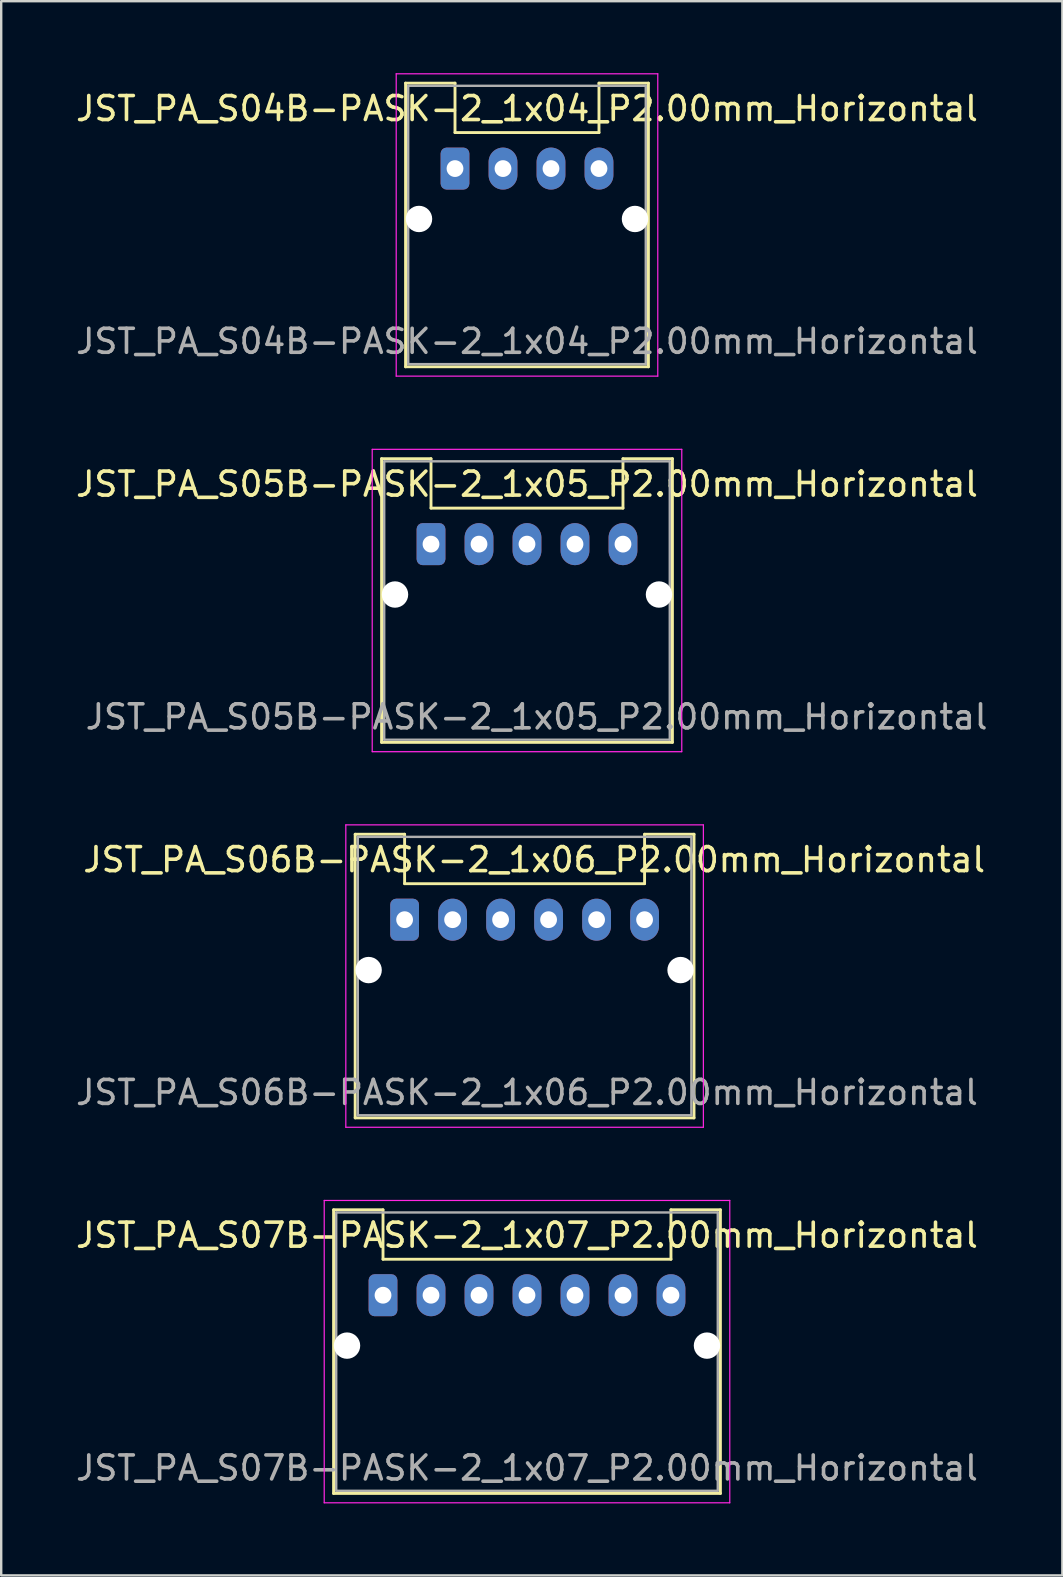
<source format=kicad_pcb>
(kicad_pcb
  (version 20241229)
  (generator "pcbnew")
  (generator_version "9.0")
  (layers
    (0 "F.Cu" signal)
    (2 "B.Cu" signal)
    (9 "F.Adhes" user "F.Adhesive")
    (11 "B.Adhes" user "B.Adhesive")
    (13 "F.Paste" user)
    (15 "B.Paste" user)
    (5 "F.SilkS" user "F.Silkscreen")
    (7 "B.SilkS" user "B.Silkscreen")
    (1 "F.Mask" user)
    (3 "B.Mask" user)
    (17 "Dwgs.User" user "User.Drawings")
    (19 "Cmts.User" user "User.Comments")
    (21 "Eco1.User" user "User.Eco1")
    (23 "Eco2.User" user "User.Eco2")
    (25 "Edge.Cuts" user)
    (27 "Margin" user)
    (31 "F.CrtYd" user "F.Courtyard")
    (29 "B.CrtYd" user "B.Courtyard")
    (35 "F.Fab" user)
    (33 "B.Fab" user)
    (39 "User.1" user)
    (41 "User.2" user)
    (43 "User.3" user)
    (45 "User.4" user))
  (footprint "JST_PA_S04B-PASK-2_1x04_P2.00mm_Horizontal"
    (layer "F.Cu")
    (at 15.911 3.975)
    (property "Reference" "JST_PA_S04B-PASK-2_1x04_P2.00mm_Horizontal" (at 3 -2.5 0) (layer "F.SilkS") (effects (font (size 1 1) (thickness 0.15))))
    (attr through_hole)
    (fp_line (start -2.06 -3.56) (end -2.06 8.26) (stroke (width 0.12) (type solid)) (layer "F.SilkS"))
    (fp_line (start -2.06 8.26) (end 8.06 8.26) (stroke (width 0.12) (type solid)) (layer "F.SilkS"))
    (fp_line (start 0 -3.56) (end -2.06 -3.56) (stroke (width 0.12) (type solid)) (layer "F.SilkS"))
    (fp_line (start 0 -1.5) (end 0 -3.56) (stroke (width 0.12) (type solid)) (layer "F.SilkS"))
    (fp_line (start 0 -1.5) (end 6 -1.5) (stroke (width 0.12) (type solid)) (layer "F.SilkS"))
    (fp_line (start 6 -3.56) (end 8.06 -3.56) (stroke (width 0.12) (type solid)) (layer "F.SilkS"))
    (fp_line (start 6 -1.5) (end 6 -3.56) (stroke (width 0.12) (type solid)) (layer "F.SilkS"))
    (fp_line (start 8.06 8.26) (end 8.06 -3.56) (stroke (width 0.12) (type solid)) (layer "F.SilkS"))
    (fp_line (start -2.45 -3.95) (end -2.45 8.65) (stroke (width 0.05) (type solid)) (layer "F.CrtYd"))
    (fp_line (start -2.45 8.65) (end 8.45 8.65) (stroke (width 0.05) (type solid)) (layer "F.CrtYd"))
    (fp_line (start 8.45 -3.95) (end -2.45 -3.95) (stroke (width 0.05) (type solid)) (layer "F.CrtYd"))
    (fp_line (start 8.45 8.65) (end 8.45 -3.95) (stroke (width 0.05) (type solid)) (layer "F.CrtYd"))
    (fp_line (start -1.95 -3.45) (end -1.95 8.15) (stroke (width 0.1) (type solid)) (layer "F.Fab"))
    (fp_line (start -1.95 8.15) (end 7.95 8.15) (stroke (width 0.1) (type solid)) (layer "F.Fab"))
    (fp_line (start 7.95 -3.45) (end -1.95 -3.45) (stroke (width 0.1) (type solid)) (layer "F.Fab"))
    (fp_line (start 7.95 8.15) (end 7.95 -3.45) (stroke (width 0.1) (type solid)) (layer "F.Fab"))
    (fp_text user "${REFERENCE}" (at 3 7.2 0) (layer "F.Fab") (effects (font (size 1 1) (thickness 0.15))))
    (pad "" np_thru_hole oval (at -1.5 2.1) (size 1.1 1.1) (drill 1.1) (layers "*.Cu" "*.Mask"))
    (pad "" np_thru_hole oval (at 7.5 2.1) (size 1.1 1.1) (drill 1.1) (layers "*.Cu" "*.Mask"))
    (pad "1" thru_hole roundrect (at 0 0) (size 1.2 1.75) (drill 0.7) (layers "*.Cu" "*.Mask") (roundrect_rratio 0.208))
    (pad "2" thru_hole oval (at 2 0) (size 1.2 1.75) (drill 0.7) (layers "*.Cu" "*.Mask"))
    (pad "3" thru_hole oval (at 4 0) (size 1.2 1.75) (drill 0.7) (layers "*.Cu" "*.Mask"))
    (pad "4" thru_hole oval (at 6 0) (size 1.2 1.75) (drill 0.7) (layers "*.Cu" "*.Mask")))
  (footprint "JST_PA_S07B-PASK-2_1x07_P2.00mm_Horizontal"
    (layer "F.Cu")
    (at 12.911 50.925)
    (property "Reference" "JST_PA_S07B-PASK-2_1x07_P2.00mm_Horizontal" (at 6 -2.5 0) (layer "F.SilkS") (effects (font (size 1 1) (thickness 0.15))))
    (attr through_hole)
    (fp_line (start -2.06 -3.56) (end -2.06 8.26) (stroke (width 0.12) (type solid)) (layer "F.SilkS"))
    (fp_line (start -2.06 8.26) (end 14.06 8.26) (stroke (width 0.12) (type solid)) (layer "F.SilkS"))
    (fp_line (start 0 -3.56) (end -2.06 -3.56) (stroke (width 0.12) (type solid)) (layer "F.SilkS"))
    (fp_line (start 0 -1.5) (end 0 -3.56) (stroke (width 0.12) (type solid)) (layer "F.SilkS"))
    (fp_line (start 0 -1.5) (end 12 -1.5) (stroke (width 0.12) (type solid)) (layer "F.SilkS"))
    (fp_line (start 12 -3.56) (end 14.06 -3.56) (stroke (width 0.12) (type solid)) (layer "F.SilkS"))
    (fp_line (start 12 -1.5) (end 12 -3.56) (stroke (width 0.12) (type solid)) (layer "F.SilkS"))
    (fp_line (start 14.06 8.26) (end 14.06 -3.56) (stroke (width 0.12) (type solid)) (layer "F.SilkS"))
    (fp_line (start -2.45 -3.95) (end -2.45 8.65) (stroke (width 0.05) (type solid)) (layer "F.CrtYd"))
    (fp_line (start -2.45 8.65) (end 14.45 8.65) (stroke (width 0.05) (type solid)) (layer "F.CrtYd"))
    (fp_line (start 14.45 -3.95) (end -2.45 -3.95) (stroke (width 0.05) (type solid)) (layer "F.CrtYd"))
    (fp_line (start 14.45 8.65) (end 14.45 -3.95) (stroke (width 0.05) (type solid)) (layer "F.CrtYd"))
    (fp_line (start -1.95 -3.45) (end -1.95 8.15) (stroke (width 0.1) (type solid)) (layer "F.Fab"))
    (fp_line (start -1.95 8.15) (end 13.95 8.15) (stroke (width 0.1) (type solid)) (layer "F.Fab"))
    (fp_line (start 13.95 -3.45) (end -1.95 -3.45) (stroke (width 0.1) (type solid)) (layer "F.Fab"))
    (fp_line (start 13.95 8.15) (end 13.95 -3.45) (stroke (width 0.1) (type solid)) (layer "F.Fab"))
    (fp_text user "${REFERENCE}" (at 6 7.2 0) (layer "F.Fab") (effects (font (size 1 1) (thickness 0.15))))
    (pad "" np_thru_hole oval (at -1.5 2.1) (size 1.1 1.1) (drill 1.1) (layers "*.Cu" "*.Mask"))
    (pad "" np_thru_hole oval (at 13.5 2.1) (size 1.1 1.1) (drill 1.1) (layers "*.Cu" "*.Mask"))
    (pad "1" thru_hole roundrect (at 0 0) (size 1.2 1.75) (drill 0.7) (layers "*.Cu" "*.Mask") (roundrect_rratio 0.208))
    (pad "2" thru_hole oval (at 2 0) (size 1.2 1.75) (drill 0.7) (layers "*.Cu" "*.Mask"))
    (pad "3" thru_hole oval (at 4 0) (size 1.2 1.75) (drill 0.7) (layers "*.Cu" "*.Mask"))
    (pad "4" thru_hole oval (at 6 0) (size 1.2 1.75) (drill 0.7) (layers "*.Cu" "*.Mask"))
    (pad "5" thru_hole oval (at 8 0) (size 1.2 1.75) (drill 0.7) (layers "*.Cu" "*.Mask"))
    (pad "6" thru_hole oval (at 10 0) (size 1.2 1.75) (drill 0.7) (layers "*.Cu" "*.Mask"))
    (pad "7" thru_hole oval (at 12 0) (size 1.2 1.75) (drill 0.7) (layers "*.Cu" "*.Mask")))
  (footprint "JST_PA_S06B-PASK-2_1x06_P2.00mm_Horizontal"
    (layer "F.Cu")
    (at 13.811 35.275)
    (property "Reference" "JST_PA_S06B-PASK-2_1x06_P2.00mm_Horizontal" (at 5.4 -2.5 0) (layer "F.SilkS") (effects (font (size 1 1) (thickness 0.15))))
    (attr through_hole)
    (fp_line (start -2.06 -3.56) (end -2.06 8.26) (stroke (width 0.12) (type solid)) (layer "F.SilkS"))
    (fp_line (start -2.06 8.26) (end 12.06 8.26) (stroke (width 0.12) (type solid)) (layer "F.SilkS"))
    (fp_line (start 0 -3.56) (end -2.06 -3.56) (stroke (width 0.12) (type solid)) (layer "F.SilkS"))
    (fp_line (start 0 -1.5) (end 0 -3.56) (stroke (width 0.12) (type solid)) (layer "F.SilkS"))
    (fp_line (start 0 -1.5) (end 10 -1.5) (stroke (width 0.12) (type solid)) (layer "F.SilkS"))
    (fp_line (start 10 -3.56) (end 12.06 -3.56) (stroke (width 0.12) (type solid)) (layer "F.SilkS"))
    (fp_line (start 10 -1.5) (end 10 -3.56) (stroke (width 0.12) (type solid)) (layer "F.SilkS"))
    (fp_line (start 12.06 8.26) (end 12.06 -3.56) (stroke (width 0.12) (type solid)) (layer "F.SilkS"))
    (fp_line (start -2.45 -3.95) (end -2.45 8.65) (stroke (width 0.05) (type solid)) (layer "F.CrtYd"))
    (fp_line (start -2.45 8.65) (end 12.45 8.65) (stroke (width 0.05) (type solid)) (layer "F.CrtYd"))
    (fp_line (start 12.45 -3.95) (end -2.45 -3.95) (stroke (width 0.05) (type solid)) (layer "F.CrtYd"))
    (fp_line (start 12.45 8.65) (end 12.45 -3.95) (stroke (width 0.05) (type solid)) (layer "F.CrtYd"))
    (fp_line (start -1.95 -3.45) (end -1.95 8.15) (stroke (width 0.1) (type solid)) (layer "F.Fab"))
    (fp_line (start -1.95 8.15) (end 11.95 8.15) (stroke (width 0.1) (type solid)) (layer "F.Fab"))
    (fp_line (start 11.95 -3.45) (end -1.95 -3.45) (stroke (width 0.1) (type solid)) (layer "F.Fab"))
    (fp_line (start 11.95 8.15) (end 11.95 -3.45) (stroke (width 0.1) (type solid)) (layer "F.Fab"))
    (fp_text user "${REFERENCE}" (at 5.1 7.2 0) (layer "F.Fab") (effects (font (size 1 1) (thickness 0.15))))
    (pad "" np_thru_hole oval (at -1.5 2.1) (size 1.1 1.1) (drill 1.1) (layers "*.Cu" "*.Mask"))
    (pad "" np_thru_hole oval (at 11.5 2.1) (size 1.1 1.1) (drill 1.1) (layers "*.Cu" "*.Mask"))
    (pad "1" thru_hole roundrect (at 0 0) (size 1.2 1.75) (drill 0.7) (layers "*.Cu" "*.Mask") (roundrect_rratio 0.208))
    (pad "2" thru_hole oval (at 2 0) (size 1.2 1.75) (drill 0.7) (layers "*.Cu" "*.Mask"))
    (pad "3" thru_hole oval (at 4 0) (size 1.2 1.75) (drill 0.7) (layers "*.Cu" "*.Mask"))
    (pad "4" thru_hole oval (at 6 0) (size 1.2 1.75) (drill 0.7) (layers "*.Cu" "*.Mask"))
    (pad "5" thru_hole oval (at 8 0) (size 1.2 1.75) (drill 0.7) (layers "*.Cu" "*.Mask"))
    (pad "6" thru_hole oval (at 10 0) (size 1.2 1.75) (drill 0.7) (layers "*.Cu" "*.Mask")))
  (footprint "JST_PA_S05B-PASK-2_1x05_P2.00mm_Horizontal"
    (layer "F.Cu")
    (at 14.911 19.625)
    (property "Reference" "JST_PA_S05B-PASK-2_1x05_P2.00mm_Horizontal" (at 4 -2.5 0) (layer "F.SilkS") (effects (font (size 1 1) (thickness 0.15))))
    (attr through_hole)
    (fp_line (start -2.06 -3.56) (end -2.06 8.26) (stroke (width 0.12) (type solid)) (layer "F.SilkS"))
    (fp_line (start -2.06 8.26) (end 10.06 8.26) (stroke (width 0.12) (type solid)) (layer "F.SilkS"))
    (fp_line (start 0 -3.56) (end -2.06 -3.56) (stroke (width 0.12) (type solid)) (layer "F.SilkS"))
    (fp_line (start 0 -1.5) (end 0 -3.56) (stroke (width 0.12) (type solid)) (layer "F.SilkS"))
    (fp_line (start 0 -1.5) (end 8 -1.5) (stroke (width 0.12) (type solid)) (layer "F.SilkS"))
    (fp_line (start 8 -3.56) (end 10.06 -3.56) (stroke (width 0.12) (type solid)) (layer "F.SilkS"))
    (fp_line (start 8 -1.5) (end 8 -3.56) (stroke (width 0.12) (type solid)) (layer "F.SilkS"))
    (fp_line (start 10.06 8.26) (end 10.06 -3.56) (stroke (width 0.12) (type solid)) (layer "F.SilkS"))
    (fp_line (start -2.45 -3.95) (end -2.45 8.65) (stroke (width 0.05) (type solid)) (layer "F.CrtYd"))
    (fp_line (start -2.45 8.65) (end 10.45 8.65) (stroke (width 0.05) (type solid)) (layer "F.CrtYd"))
    (fp_line (start 10.45 -3.95) (end -2.45 -3.95) (stroke (width 0.05) (type solid)) (layer "F.CrtYd"))
    (fp_line (start 10.45 8.65) (end 10.45 -3.95) (stroke (width 0.05) (type solid)) (layer "F.CrtYd"))
    (fp_line (start -1.95 -3.45) (end -1.95 8.15) (stroke (width 0.1) (type solid)) (layer "F.Fab"))
    (fp_line (start -1.95 8.15) (end 9.95 8.15) (stroke (width 0.1) (type solid)) (layer "F.Fab"))
    (fp_line (start 9.95 -3.45) (end -1.95 -3.45) (stroke (width 0.1) (type solid)) (layer "F.Fab"))
    (fp_line (start 9.95 8.15) (end 9.95 -3.45) (stroke (width 0.1) (type solid)) (layer "F.Fab"))
    (fp_text user "${REFERENCE}" (at 4.4 7.2 0) (layer "F.Fab") (effects (font (size 1 1) (thickness 0.15))))
    (pad "" np_thru_hole oval (at -1.5 2.1) (size 1.1 1.1) (drill 1.1) (layers "*.Cu" "*.Mask"))
    (pad "" np_thru_hole oval (at 9.5 2.1) (size 1.1 1.1) (drill 1.1) (layers "*.Cu" "*.Mask"))
    (pad "1" thru_hole roundrect (at 0 0) (size 1.2 1.75) (drill 0.7) (layers "*.Cu" "*.Mask") (roundrect_rratio 0.208))
    (pad "2" thru_hole oval (at 2 0) (size 1.2 1.75) (drill 0.7) (layers "*.Cu" "*.Mask"))
    (pad "3" thru_hole oval (at 4 0) (size 1.2 1.75) (drill 0.7) (layers "*.Cu" "*.Mask"))
    (pad "4" thru_hole oval (at 6 0) (size 1.2 1.75) (drill 0.7) (layers "*.Cu" "*.Mask"))
    (pad "5" thru_hole oval (at 8 0) (size 1.2 1.75) (drill 0.7) (layers "*.Cu" "*.Mask")))
  (gr_rect
    (start -3 -3)
    (end 41.221 62.6)
    (stroke (width 0.1) (type default))
    (fill no)
    (layer "Edge.Cuts")))
</source>
